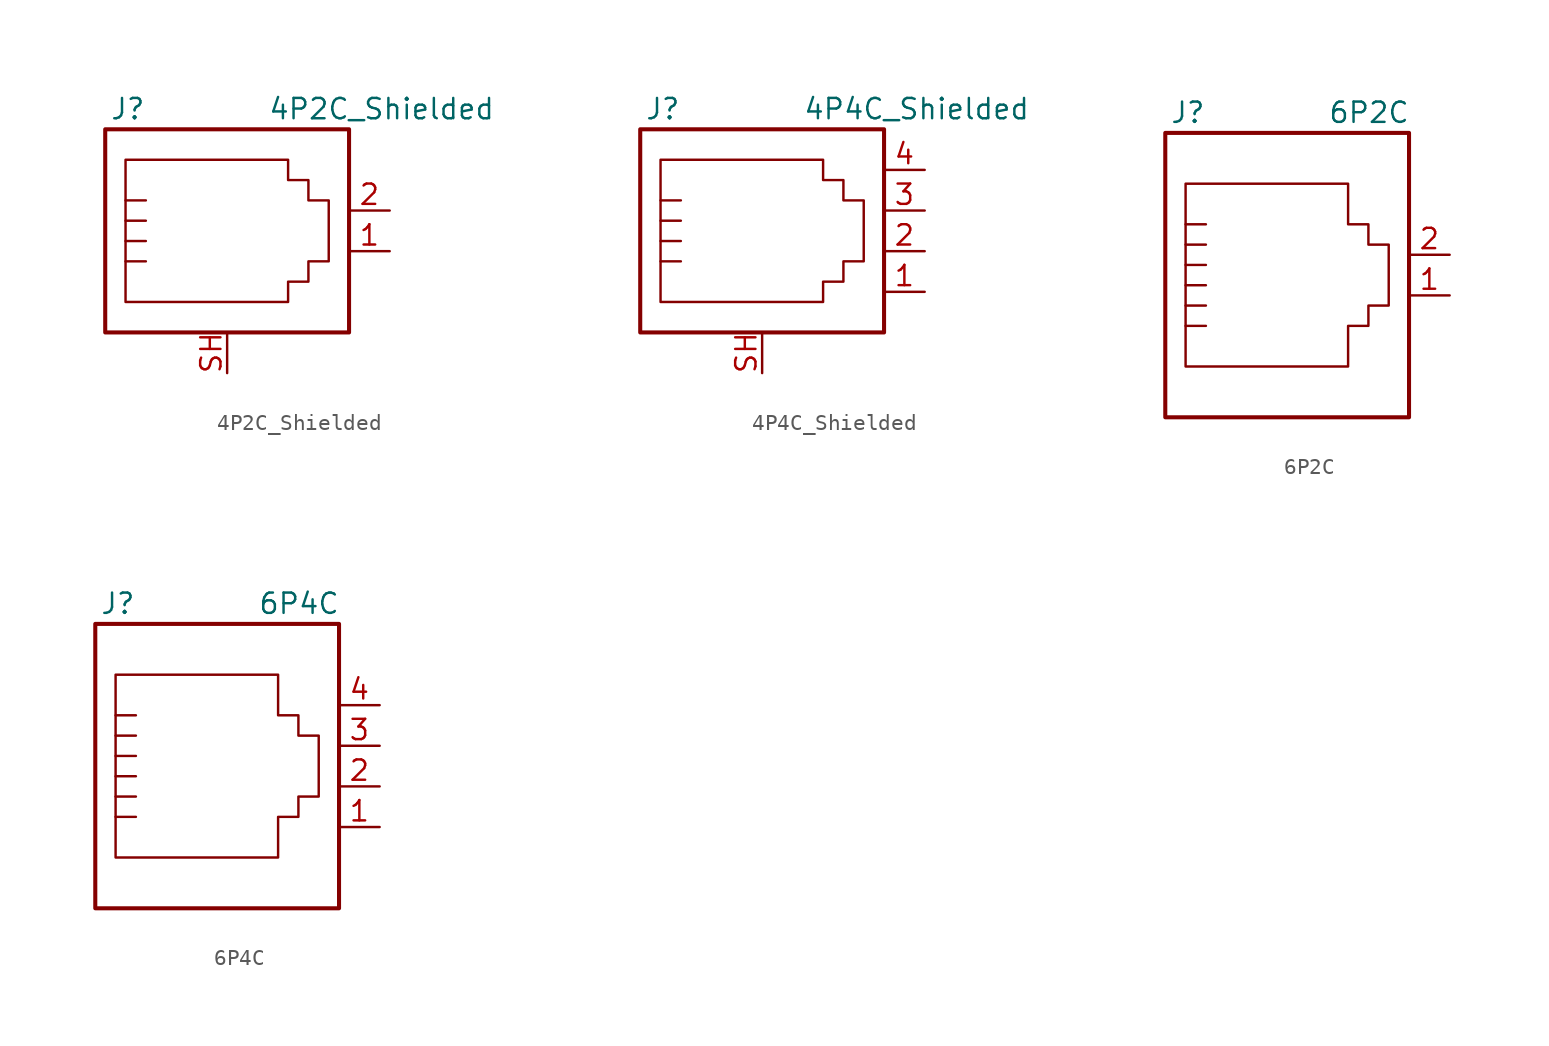
<source format=kicad_sym>
(kicad_symbol_lib
  (version 20211014)
  (generator kicad_symbol_editor)
  (symbol "4P2C_Shielded"
    (pin_names
      (offset 1.016))
    (property "Reference" "J"
      (at -5.08 8.89 0)
      (effects (font (size 1.27 1.27)) (justify right)))
    (property "Value" "4P2C_Shielded"
      (at 2.54 8.89 0)
      (effects (font (size 1.27 1.27)) (justify left)))
    (symbol "4P2C_Shielded_0_1"
      (polyline (pts (xy -6.35 -0.635) (xy -5.08 -0.635) (xy -5.08 -0.635)) (stroke (width 0) (type default) (color 0 0 0 0)) (fill (type none)))
      (polyline (pts (xy -6.35 0.635) (xy -5.08 0.635) (xy -5.08 0.635)) (stroke (width 0) (type default) (color 0 0 0 0)) (fill (type none)))
      (polyline (pts (xy -6.35 1.905) (xy -5.08 1.905) (xy -5.08 1.905)) (stroke (width 0) (type default) (color 0 0 0 0)) (fill (type none)))
      (polyline (pts (xy -6.35 3.175) (xy -5.08 3.175) (xy -5.08 3.175)) (stroke (width 0) (type default) (color 0 0 0 0)) (fill (type none)))
      (polyline (pts (xy -6.35 -3.175) (xy -6.35 5.715) (xy -1.27 5.715) (xy 3.81 5.715) (xy 3.81 4.445) (xy 5.08 4.445) (xy 5.08 3.175) (xy 6.35 3.175) (xy 6.35 -0.635) (xy 5.08 -0.635) (xy 5.08 -1.905) (xy 3.81 -1.905) (xy 3.81 -3.175) (xy -6.35 -3.175) (xy -6.35 -3.175)) (stroke (width 0) (type default) (color 0 0 0 0)) (fill (type none)))
      (rectangle (start 7.62 7.62) (end -7.62 -5.08) (stroke (width 0.254) (type default) (color 0 0 0 0)) (fill (type none))))
    (symbol "4P2C_Shielded_1_1"
      (pin passive line (at 10.16 0 180) (length 2.54) (name "~" (effects (font (size 1.27 1.27)))) (number "1" (effects (font (size 1.27 1.27)))))
      (pin passive line (at 10.16 2.54 180) (length 2.54) (name "~" (effects (font (size 1.27 1.27)))) (number "2" (effects (font (size 1.27 1.27)))))
      (pin passive line (at 0 -7.62 90) (length 2.54) (name "~" (effects (font (size 1.27 1.27)))) (number "SH" (effects (font (size 1.27 1.27)))))))
  (symbol "4P4C_Shielded"
    (pin_names
      (offset 1.016))
    (property "Reference" "J"
      (at -5.08 8.89 0)
      (effects (font (size 1.27 1.27)) (justify right)))
    (property "Value" "4P4C_Shielded"
      (at 2.54 8.89 0)
      (effects (font (size 1.27 1.27)) (justify left)))
    (symbol "4P4C_Shielded_0_1"
      (polyline (pts (xy -6.35 -0.635) (xy -5.08 -0.635) (xy -5.08 -0.635)) (stroke (width 0) (type default) (color 0 0 0 0)) (fill (type none)))
      (polyline (pts (xy -6.35 0.635) (xy -5.08 0.635) (xy -5.08 0.635)) (stroke (width 0) (type default) (color 0 0 0 0)) (fill (type none)))
      (polyline (pts (xy -6.35 1.905) (xy -5.08 1.905) (xy -5.08 1.905)) (stroke (width 0) (type default) (color 0 0 0 0)) (fill (type none)))
      (polyline (pts (xy -6.35 3.175) (xy -5.08 3.175) (xy -5.08 3.175)) (stroke (width 0) (type default) (color 0 0 0 0)) (fill (type none)))
      (polyline (pts (xy -6.35 -3.175) (xy -6.35 5.715) (xy -1.27 5.715) (xy 3.81 5.715) (xy 3.81 4.445) (xy 5.08 4.445) (xy 5.08 3.175) (xy 6.35 3.175) (xy 6.35 -0.635) (xy 5.08 -0.635) (xy 5.08 -1.905) (xy 3.81 -1.905) (xy 3.81 -3.175) (xy -6.35 -3.175) (xy -6.35 -3.175)) (stroke (width 0) (type default) (color 0 0 0 0)) (fill (type none)))
      (rectangle (start 7.62 7.62) (end -7.62 -5.08) (stroke (width 0.254) (type default) (color 0 0 0 0)) (fill (type none))))
    (symbol "4P4C_Shielded_1_1"
      (pin passive line (at 10.16 -2.54 180) (length 2.54) (name "~" (effects (font (size 1.27 1.27)))) (number "1" (effects (font (size 1.27 1.27)))))
      (pin passive line (at 10.16 0 180) (length 2.54) (name "~" (effects (font (size 1.27 1.27)))) (number "2" (effects (font (size 1.27 1.27)))))
      (pin passive line (at 10.16 2.54 180) (length 2.54) (name "~" (effects (font (size 1.27 1.27)))) (number "3" (effects (font (size 1.27 1.27)))))
      (pin passive line (at 10.16 5.08 180) (length 2.54) (name "~" (effects (font (size 1.27 1.27)))) (number "4" (effects (font (size 1.27 1.27)))))
      (pin passive line (at 0 -7.62 90) (length 2.54) (name "~" (effects (font (size 1.27 1.27)))) (number "SH" (effects (font (size 1.27 1.27)))))))
  (symbol "6P2C"
    (pin_names
      (offset 1.016))
    (property "Reference" "J"
      (at -5.08 11.43 0)
      (effects (font (size 1.27 1.27)) (justify right)))
    (property "Value" "6P2C"
      (at 2.54 11.43 0)
      (effects (font (size 1.27 1.27)) (justify left)))
    (symbol "6P2C_0_1"
      (polyline (pts (xy -6.35 -1.905) (xy -5.08 -1.905) (xy -5.08 -1.905)) (stroke (width 0) (type default) (color 0 0 0 0)) (fill (type none)))
      (polyline (pts (xy -6.35 -0.635) (xy -5.08 -0.635) (xy -5.08 -0.635)) (stroke (width 0) (type default) (color 0 0 0 0)) (fill (type none)))
      (polyline (pts (xy -6.35 0.635) (xy -5.08 0.635) (xy -5.08 0.635)) (stroke (width 0) (type default) (color 0 0 0 0)) (fill (type none)))
      (polyline (pts (xy -6.35 1.905) (xy -5.08 1.905) (xy -5.08 1.905)) (stroke (width 0) (type default) (color 0 0 0 0)) (fill (type none)))
      (polyline (pts (xy -6.35 3.175) (xy -5.08 3.175) (xy -5.08 3.175)) (stroke (width 0) (type default) (color 0 0 0 0)) (fill (type none)))
      (polyline (pts (xy -5.08 4.445) (xy -6.35 4.445) (xy -6.35 4.445)) (stroke (width 0) (type default) (color 0 0 0 0)) (fill (type none)))
      (polyline (pts (xy -6.35 -4.445) (xy -6.35 6.985) (xy 3.81 6.985) (xy 3.81 4.445) (xy 5.08 4.445) (xy 5.08 3.175) (xy 6.35 3.175) (xy 6.35 -0.635) (xy 5.08 -0.635) (xy 5.08 -1.905) (xy 3.81 -1.905) (xy 3.81 -4.445) (xy -6.35 -4.445) (xy -6.35 -4.445)) (stroke (width 0) (type default) (color 0 0 0 0)) (fill (type none)))
      (rectangle (start 7.62 10.16) (end -7.62 -7.62) (stroke (width 0.254) (type default) (color 0 0 0 0)) (fill (type none))))
    (symbol "6P2C_1_1"
      (pin passive line (at 10.16 0 180) (length 2.54) (name "~" (effects (font (size 1.27 1.27)))) (number "1" (effects (font (size 1.27 1.27)))))
      (pin passive line (at 10.16 2.54 180) (length 2.54) (name "~" (effects (font (size 1.27 1.27)))) (number "2" (effects (font (size 1.27 1.27)))))))
  (symbol "6P4C"
    (pin_names
      (offset 1.016))
    (property "Reference" "J"
      (at -5.08 11.43 0)
      (effects (font (size 1.27 1.27)) (justify right)))
    (property "Value" "6P4C"
      (at 2.54 11.43 0)
      (effects (font (size 1.27 1.27)) (justify left)))
    (symbol "6P4C_0_1"
      (polyline (pts (xy -6.35 -1.905) (xy -5.08 -1.905) (xy -5.08 -1.905)) (stroke (width 0) (type default) (color 0 0 0 0)) (fill (type none)))
      (polyline (pts (xy -6.35 -0.635) (xy -5.08 -0.635) (xy -5.08 -0.635)) (stroke (width 0) (type default) (color 0 0 0 0)) (fill (type none)))
      (polyline (pts (xy -6.35 0.635) (xy -5.08 0.635) (xy -5.08 0.635)) (stroke (width 0) (type default) (color 0 0 0 0)) (fill (type none)))
      (polyline (pts (xy -6.35 1.905) (xy -5.08 1.905) (xy -5.08 1.905)) (stroke (width 0) (type default) (color 0 0 0 0)) (fill (type none)))
      (polyline (pts (xy -6.35 3.175) (xy -5.08 3.175) (xy -5.08 3.175)) (stroke (width 0) (type default) (color 0 0 0 0)) (fill (type none)))
      (polyline (pts (xy -5.08 4.445) (xy -6.35 4.445) (xy -6.35 4.445)) (stroke (width 0) (type default) (color 0 0 0 0)) (fill (type none)))
      (polyline (pts (xy -6.35 -4.445) (xy -6.35 6.985) (xy 3.81 6.985) (xy 3.81 4.445) (xy 5.08 4.445) (xy 5.08 3.175) (xy 6.35 3.175) (xy 6.35 -0.635) (xy 5.08 -0.635) (xy 5.08 -1.905) (xy 3.81 -1.905) (xy 3.81 -4.445) (xy -6.35 -4.445) (xy -6.35 -4.445)) (stroke (width 0) (type default) (color 0 0 0 0)) (fill (type none)))
      (rectangle (start 7.62 10.16) (end -7.62 -7.62) (stroke (width 0.254) (type default) (color 0 0 0 0)) (fill (type none))))
    (symbol "6P4C_1_1"
      (pin passive line (at 10.16 -2.54 180) (length 2.54) (name "~" (effects (font (size 1.27 1.27)))) (number "1" (effects (font (size 1.27 1.27)))))
      (pin passive line (at 10.16 0 180) (length 2.54) (name "~" (effects (font (size 1.27 1.27)))) (number "2" (effects (font (size 1.27 1.27)))))
      (pin passive line (at 10.16 2.54 180) (length 2.54) (name "~" (effects (font (size 1.27 1.27)))) (number "3" (effects (font (size 1.27 1.27)))))
      (pin passive line (at 10.16 5.08 180) (length 2.54) (name "~" (effects (font (size 1.27 1.27)))) (number "4" (effects (font (size 1.27 1.27))))))))
</source>
